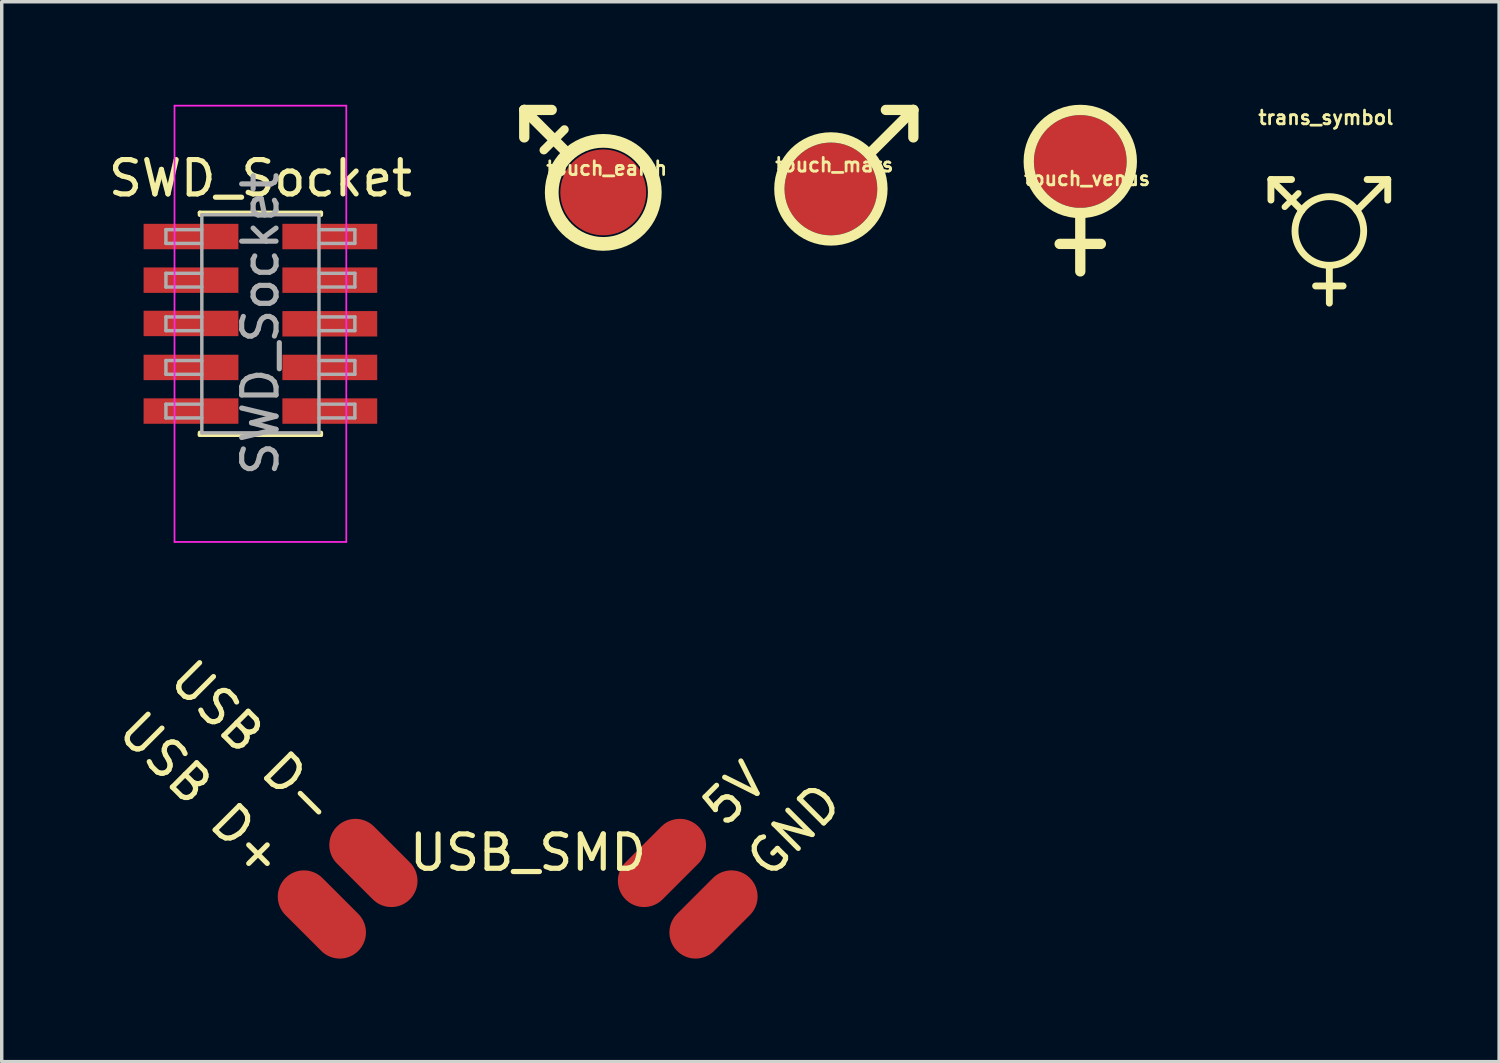
<source format=kicad_pcb>
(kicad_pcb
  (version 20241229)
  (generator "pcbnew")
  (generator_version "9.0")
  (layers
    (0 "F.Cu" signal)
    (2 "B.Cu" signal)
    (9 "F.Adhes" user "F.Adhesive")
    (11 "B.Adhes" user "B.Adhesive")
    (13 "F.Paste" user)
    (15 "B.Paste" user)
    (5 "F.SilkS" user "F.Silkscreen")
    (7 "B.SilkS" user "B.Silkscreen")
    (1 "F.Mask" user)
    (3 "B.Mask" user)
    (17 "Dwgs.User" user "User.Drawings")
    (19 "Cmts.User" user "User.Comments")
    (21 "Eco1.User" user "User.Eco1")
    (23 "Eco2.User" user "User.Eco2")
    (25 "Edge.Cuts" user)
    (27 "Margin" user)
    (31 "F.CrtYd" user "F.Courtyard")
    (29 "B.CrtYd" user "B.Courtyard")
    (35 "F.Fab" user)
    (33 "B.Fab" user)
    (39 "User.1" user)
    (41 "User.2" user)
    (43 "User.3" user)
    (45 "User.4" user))
  (footprint "touch_venus"
    (layer "F.Cu")
    (at 28.395 1.65)
    (property "Reference" "touch_venus" (at 0.2 0.5 0) (layer "F.SilkS") (effects (font (size 0.4 0.4) (thickness 0.08))))
    (attr through_hole)
    (fp_line (start -0.6 2.4) (end 0.6 2.4) (stroke (width 0.3) (type solid)) (layer "F.SilkS"))
    (fp_line (start 0 1.5) (end 0 3.2) (stroke (width 0.3) (type solid)) (layer "F.SilkS"))
    (fp_circle (center 0 0) (end 1.5 0) (stroke (width 0.3) (type solid)) (fill no) (layer "F.SilkS"))
    (pad "1" connect circle (at 0 0) (size 2.7 2.7) (layers "F.Cu" "F.Mask")))
  (footprint "USB_SMD"
    (layer "F.Cu")
    (at 12.019 24.569)
    (property "Reference" "USB_SMD" (at 0.3 -2.8 0) (layer "F.SilkS") (effects (font (size 1 1) (thickness 0.15))))
    (attr through_hole)
    (fp_text user "USB D-" (at -5.5 -3.8 315) (layer "F.SilkS") (effects (font (size 1 1) (thickness 0.15)) (justify right)))
    (fp_text user "5V" (at 5.6 -3.8 45) (layer "F.SilkS") (effects (font (size 1 1) (thickness 0.15)) (justify left)))
    (fp_text user "GND" (at 6.9 -2.3 45) (layer "F.SilkS") (effects (font (size 1 1) (thickness 0.15)) (justify left)))
    (fp_text user "USB D+" (at -7 -2.3 315) (layer "F.SilkS") (effects (font (size 1 1) (thickness 0.15)) (justify right)))
    (pad "1" smd oval (at 5.7 -1 315) (size 1.524 3) (layers "F.Cu" "F.Mask" "F.Paste"))
    (pad "2" smd oval (at -5.7 -1 45) (size 1.524 3) (layers "F.Cu" "F.Mask" "F.Paste"))
    (pad "3" smd oval (at -4.2 -2.5 45) (size 1.524 3) (layers "F.Cu" "F.Mask" "F.Paste"))
    (pad "4" smd oval (at 4.2 -2.5 315) (size 1.524 3) (layers "F.Cu" "F.Mask" "F.Paste")))
  (footprint "touch_earth"
    (layer "F.Cu")
    (at 14.51 2.55)
    (property "Reference" "touch_earth" (at 0.1 -0.7 0) (layer "F.SilkS") (effects (font (size 0.4 0.4) (thickness 0.08))))
    (attr through_hole)
    (fp_line (start -2.3 -2.4) (end -1.5 -2.4) (stroke (width 0.3) (type solid)) (layer "F.SilkS"))
    (fp_line (start -2.3 -1.6) (end -2.3 -2.4) (stroke (width 0.3) (type solid)) (layer "F.SilkS"))
    (fp_line (start -1.73 -1.23) (end -1.13 -1.83) (stroke (width 0.25) (type solid)) (layer "F.SilkS"))
    (fp_line (start -1.1 -1.2) (end -2.3 -2.4) (stroke (width 0.3) (type solid)) (layer "F.SilkS"))
    (fp_circle (center 0 0) (end 1.5 0) (stroke (width 0.4) (type solid)) (fill no) (layer "F.SilkS"))
    (pad "1" connect circle (at 0 0) (size 2.5 2.5) (layers "F.Cu" "F.Mask")))
  (footprint "SWD_Socket"
    (layer "F.Cu")
    (at 4.53 6.375)
    (property "Reference" "SWD_Socket" (at 0 -4.235 180) (layer "F.SilkS") (effects (font (size 1 1) (thickness 0.15))))
    (attr smd)
    (fp_line (start -1.765 -3.235) (end -1.765 -3.17) (stroke (width 0.12) (type solid)) (layer "F.SilkS"))
    (fp_line (start -1.765 -3.235) (end 1.765 -3.235) (stroke (width 0.12) (type solid)) (layer "F.SilkS"))
    (fp_line (start -1.765 3.17) (end -1.765 3.235) (stroke (width 0.12) (type solid)) (layer "F.SilkS"))
    (fp_line (start -1.765 3.235) (end 1.765 3.235) (stroke (width 0.12) (type solid)) (layer "F.SilkS"))
    (fp_line (start 1.765 -3.235) (end 1.765 -3.17) (stroke (width 0.12) (type solid)) (layer "F.SilkS"))
    (fp_line (start 1.765 3.17) (end 1.765 3.235) (stroke (width 0.12) (type solid)) (layer "F.SilkS"))
    (fp_line (start -2.5 -6.35) (end -2.5 6.35) (stroke (width 0.05) (type solid)) (layer "F.CrtYd"))
    (fp_line (start -2.5 6.35) (end 2.5 6.35) (stroke (width 0.05) (type solid)) (layer "F.CrtYd"))
    (fp_line (start 2.5 -6.35) (end -2.5 -6.35) (stroke (width 0.05) (type solid)) (layer "F.CrtYd"))
    (fp_line (start 2.5 6.35) (end 2.5 -6.35) (stroke (width 0.05) (type solid)) (layer "F.CrtYd"))
    (fp_line (start -2.75 -2.74) (end -2.75 -2.34) (stroke (width 0.1) (type solid)) (layer "F.Fab"))
    (fp_line (start -2.75 -2.34) (end -1.705 -2.34) (stroke (width 0.1) (type solid)) (layer "F.Fab"))
    (fp_line (start -2.75 -1.47) (end -2.75 -1.07) (stroke (width 0.1) (type solid)) (layer "F.Fab"))
    (fp_line (start -2.75 -1.07) (end -1.705 -1.07) (stroke (width 0.1) (type solid)) (layer "F.Fab"))
    (fp_line (start -2.75 -0.2) (end -2.75 0.2) (stroke (width 0.1) (type solid)) (layer "F.Fab"))
    (fp_line (start -2.75 0.2) (end -1.705 0.2) (stroke (width 0.1) (type solid)) (layer "F.Fab"))
    (fp_line (start -2.75 1.07) (end -2.75 1.47) (stroke (width 0.1) (type solid)) (layer "F.Fab"))
    (fp_line (start -2.75 1.47) (end -1.705 1.47) (stroke (width 0.1) (type solid)) (layer "F.Fab"))
    (fp_line (start -2.75 2.34) (end -2.75 2.74) (stroke (width 0.1) (type solid)) (layer "F.Fab"))
    (fp_line (start -2.75 2.74) (end -1.705 2.74) (stroke (width 0.1) (type solid)) (layer "F.Fab"))
    (fp_line (start -1.705 -3.175) (end 1.705 -3.175) (stroke (width 0.1) (type solid)) (layer "F.Fab"))
    (fp_line (start -1.705 -2.74) (end -2.75 -2.74) (stroke (width 0.1) (type solid)) (layer "F.Fab"))
    (fp_line (start -1.705 -1.47) (end -2.75 -1.47) (stroke (width 0.1) (type solid)) (layer "F.Fab"))
    (fp_line (start -1.705 -0.2) (end -2.75 -0.2) (stroke (width 0.1) (type solid)) (layer "F.Fab"))
    (fp_line (start -1.705 1.07) (end -2.75 1.07) (stroke (width 0.1) (type solid)) (layer "F.Fab"))
    (fp_line (start -1.705 2.34) (end -2.75 2.34) (stroke (width 0.1) (type solid)) (layer "F.Fab"))
    (fp_line (start -1.705 3.175) (end -1.705 -3.175) (stroke (width 0.1) (type solid)) (layer "F.Fab"))
    (fp_line (start 1.705 -3.175) (end 1.705 3.175) (stroke (width 0.1) (type solid)) (layer "F.Fab"))
    (fp_line (start 1.705 -2.74) (end 2.75 -2.74) (stroke (width 0.1) (type solid)) (layer "F.Fab"))
    (fp_line (start 1.705 -1.47) (end 2.75 -1.47) (stroke (width 0.1) (type solid)) (layer "F.Fab"))
    (fp_line (start 1.705 -0.2) (end 2.75 -0.2) (stroke (width 0.1) (type solid)) (layer "F.Fab"))
    (fp_line (start 1.705 1.07) (end 2.75 1.07) (stroke (width 0.1) (type solid)) (layer "F.Fab"))
    (fp_line (start 1.705 2.34) (end 2.75 2.34) (stroke (width 0.1) (type solid)) (layer "F.Fab"))
    (fp_line (start 1.705 3.175) (end -1.705 3.175) (stroke (width 0.1) (type solid)) (layer "F.Fab"))
    (fp_line (start 2.75 -2.74) (end 2.75 -2.34) (stroke (width 0.1) (type solid)) (layer "F.Fab"))
    (fp_line (start 2.75 -2.34) (end 1.705 -2.34) (stroke (width 0.1) (type solid)) (layer "F.Fab"))
    (fp_line (start 2.75 -1.47) (end 2.75 -1.07) (stroke (width 0.1) (type solid)) (layer "F.Fab"))
    (fp_line (start 2.75 -1.07) (end 1.705 -1.07) (stroke (width 0.1) (type solid)) (layer "F.Fab"))
    (fp_line (start 2.75 -0.2) (end 2.75 0.2) (stroke (width 0.1) (type solid)) (layer "F.Fab"))
    (fp_line (start 2.75 0.2) (end 1.705 0.2) (stroke (width 0.1) (type solid)) (layer "F.Fab"))
    (fp_line (start 2.75 1.07) (end 2.75 1.47) (stroke (width 0.1) (type solid)) (layer "F.Fab"))
    (fp_line (start 2.75 1.47) (end 1.705 1.47) (stroke (width 0.1) (type solid)) (layer "F.Fab"))
    (fp_line (start 2.75 2.34) (end 2.75 2.74) (stroke (width 0.1) (type solid)) (layer "F.Fab"))
    (fp_line (start 2.75 2.74) (end 1.705 2.74) (stroke (width 0.1) (type solid)) (layer "F.Fab"))
    (fp_text user "${REFERENCE}" (at 0 0 270) (layer "F.Fab") (effects (font (size 1 1) (thickness 0.15))))
    (pad "1" smd rect (at -2.02 -2.54) (size 2.76 0.74) (layers "F.Cu" "F.Mask" "F.Paste"))
    (pad "2" smd rect (at 2.02 -2.54) (size 2.76 0.74) (layers "F.Cu" "F.Mask" "F.Paste"))
    (pad "3" smd rect (at -2.02 -1.27) (size 2.76 0.74) (layers "F.Cu" "F.Mask" "F.Paste"))
    (pad "4" smd rect (at 2.02 -1.27) (size 2.76 0.74) (layers "F.Cu" "F.Mask" "F.Paste"))
    (pad "5" smd rect (at -2.02 -0.01) (size 2.76 0.74) (layers "F.Cu" "F.Mask" "F.Paste"))
    (pad "6" smd rect (at 2.02 0) (size 2.76 0.74) (layers "F.Cu" "F.Mask" "F.Paste"))
    (pad "7" smd rect (at -2.02 1.27) (size 2.76 0.74) (layers "F.Cu" "F.Mask" "F.Paste"))
    (pad "8" smd rect (at 2.02 1.27) (size 2.76 0.74) (layers "F.Cu" "F.Mask" "F.Paste"))
    (pad "9" smd rect (at -2.02 2.54) (size 2.76 0.74) (layers "F.Cu" "F.Mask" "F.Paste"))
    (pad "10" smd rect (at 2.02 2.54) (size 2.76 0.74) (layers "F.Cu" "F.Mask" "F.Paste")))
  (footprint "trans_symbol"
    (layer "F.Cu")
    (at 35.645 3.674)
    (property "Reference" "trans_symbol" (at -0.1 -3.3 0) (layer "F.SilkS") (effects (font (size 0.4 0.4) (thickness 0.08))))
    (attr through_hole)
    (fp_line (start -1.7 -1.5) (end -1.7 -0.9) (stroke (width 0.2) (type solid)) (layer "F.SilkS"))
    (fp_line (start -1.7 -1.5) (end -1.1 -1.5) (stroke (width 0.2) (type solid)) (layer "F.SilkS"))
    (fp_line (start -1.3 -0.7) (end -0.9 -1.1) (stroke (width 0.18) (type solid)) (layer "F.SilkS"))
    (fp_line (start -0.8 -0.6) (end -1.7 -1.5) (stroke (width 0.2) (type solid)) (layer "F.SilkS"))
    (fp_line (start -0.4 1.6) (end 0.4 1.6) (stroke (width 0.2) (type solid)) (layer "F.SilkS"))
    (fp_line (start 0 1) (end 0 2.1) (stroke (width 0.2) (type solid)) (layer "F.SilkS"))
    (fp_line (start 0.8 -0.6) (end 1.7 -1.5) (stroke (width 0.2) (type solid)) (layer "F.SilkS"))
    (fp_line (start 1.7 -1.5) (end 1.1 -1.5) (stroke (width 0.2) (type solid)) (layer "F.SilkS"))
    (fp_line (start 1.7 -1.5) (end 1.7 -0.9) (stroke (width 0.2) (type solid)) (layer "F.SilkS"))
    (fp_circle (center 0 0) (end 1 0) (stroke (width 0.2) (type solid)) (fill no) (layer "F.SilkS")))
  (footprint "touch_mars"
    (layer "F.Cu")
    (at 21.136 2.45)
    (property "Reference" "touch_mars" (at 0.1 -0.7 0) (layer "F.SilkS") (effects (font (size 0.4 0.4) (thickness 0.08))))
    (attr through_hole)
    (fp_line (start 1.2 -1.1) (end 2.4 -2.3) (stroke (width 0.3) (type solid)) (layer "F.SilkS"))
    (fp_line (start 1.6 -2.3) (end 2.4 -2.3) (stroke (width 0.3) (type solid)) (layer "F.SilkS"))
    (fp_line (start 2.4 -2.3) (end 2.4 -1.5) (stroke (width 0.3) (type solid)) (layer "F.SilkS"))
    (fp_circle (center 0 0) (end 0 1.5) (stroke (width 0.3) (type solid)) (fill no) (layer "F.SilkS"))
    (pad "1" connect circle (at 0 0) (size 2.7 2.7) (layers "F.Cu" "F.Mask")))
  (gr_rect
    (start -3 -3)
    (end 40.587 27.853)
    (stroke (width 0.1) (type default))
    (fill no)
    (layer "Edge.Cuts")))
</source>
